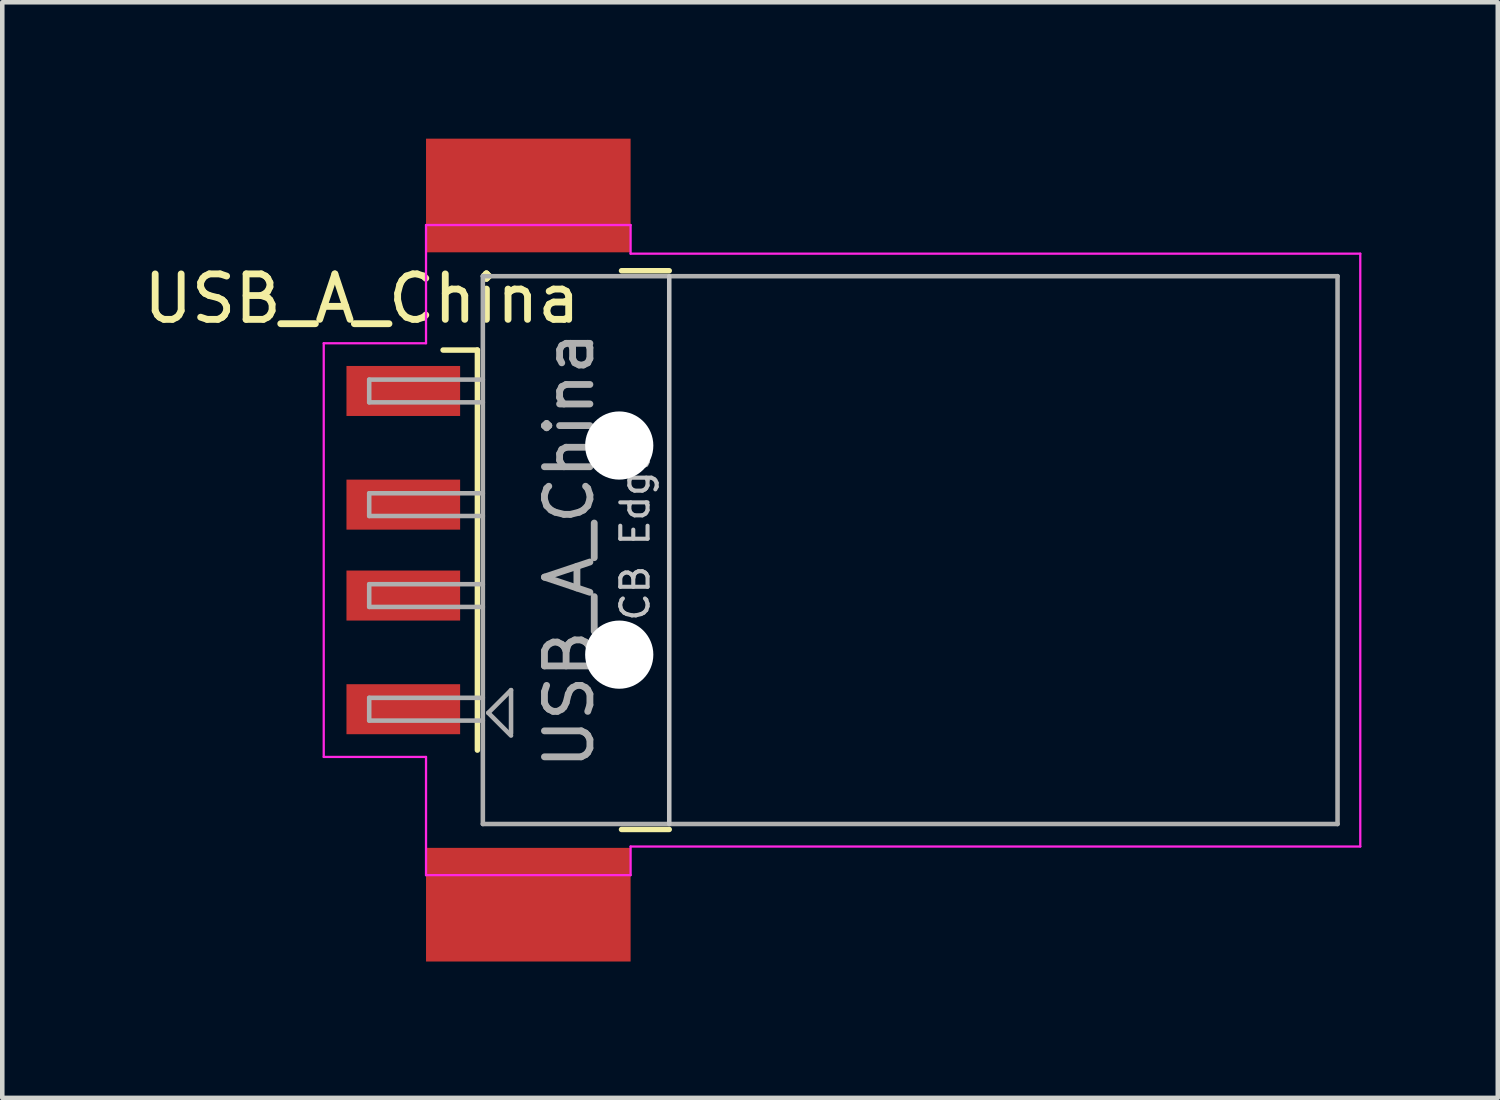
<source format=kicad_pcb>
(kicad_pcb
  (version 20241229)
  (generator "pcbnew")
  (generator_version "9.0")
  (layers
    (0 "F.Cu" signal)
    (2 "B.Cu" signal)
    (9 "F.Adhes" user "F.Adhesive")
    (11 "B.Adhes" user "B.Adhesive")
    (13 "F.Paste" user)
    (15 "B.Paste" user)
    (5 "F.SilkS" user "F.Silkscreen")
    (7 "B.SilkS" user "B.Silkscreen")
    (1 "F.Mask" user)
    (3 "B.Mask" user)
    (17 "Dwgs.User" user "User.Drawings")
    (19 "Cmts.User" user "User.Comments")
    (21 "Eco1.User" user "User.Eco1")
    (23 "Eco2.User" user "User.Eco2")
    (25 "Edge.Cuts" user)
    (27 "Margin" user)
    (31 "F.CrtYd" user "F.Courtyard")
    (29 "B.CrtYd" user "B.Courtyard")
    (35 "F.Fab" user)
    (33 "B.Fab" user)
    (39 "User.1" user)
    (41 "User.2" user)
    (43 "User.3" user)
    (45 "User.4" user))
  (footprint "USB_A_China"
    (layer "F.Cu")
    (at 15.471 9.05)
    (property "Reference" "USB_A_China" (at -10.56 -5.53 0) (layer "F.SilkS") (effects (font (size 1 1) (thickness 0.15))))
    (attr smd)
    (fp_line (start -8.02 -4.4) (end -8.775 -4.4) (stroke (width 0.12) (type solid)) (layer "F.SilkS"))
    (fp_line (start -8.02 -4.4) (end -8.02 4.4) (stroke (width 0.12) (type solid)) (layer "F.SilkS"))
    (fp_line (start -4.85 -6.145) (end -3.8 -6.145) (stroke (width 0.12) (type solid)) (layer "F.SilkS"))
    (fp_line (start -4.85 6.145) (end -3.8 6.145) (stroke (width 0.12) (type solid)) (layer "F.SilkS"))
    (fp_line (start -3.8 6.025) (end -3.8 -6.025) (stroke (width 0.1) (type solid)) (layer "Dwgs.User"))
    (fp_line (start -11.4 -4.55) (end -9.15 -4.55) (stroke (width 0.05) (type solid)) (layer "F.CrtYd"))
    (fp_line (start -11.4 4.55) (end -11.4 -4.55) (stroke (width 0.05) (type solid)) (layer "F.CrtYd"))
    (fp_line (start -11.4 4.55) (end -9.15 4.55) (stroke (width 0.05) (type solid)) (layer "F.CrtYd"))
    (fp_line (start -9.15 -7.15) (end -9.15 -4.55) (stroke (width 0.05) (type solid)) (layer "F.CrtYd"))
    (fp_line (start -9.15 -7.15) (end -4.65 -7.15) (stroke (width 0.05) (type solid)) (layer "F.CrtYd"))
    (fp_line (start -9.15 4.55) (end -9.15 7.15) (stroke (width 0.05) (type solid)) (layer "F.CrtYd"))
    (fp_line (start -9.15 7.15) (end -4.65 7.15) (stroke (width 0.05) (type solid)) (layer "F.CrtYd"))
    (fp_line (start -4.65 -6.52) (end -4.65 -7.15) (stroke (width 0.05) (type solid)) (layer "F.CrtYd"))
    (fp_line (start -4.65 -6.52) (end 11.4 -6.52) (stroke (width 0.05) (type solid)) (layer "F.CrtYd"))
    (fp_line (start -4.65 6.52) (end 11.4 6.52) (stroke (width 0.05) (type solid)) (layer "F.CrtYd"))
    (fp_line (start -4.65 7.15) (end -4.65 6.52) (stroke (width 0.05) (type solid)) (layer "F.CrtYd"))
    (fp_line (start 11.4 6.52) (end 11.4 -6.52) (stroke (width 0.05) (type solid)) (layer "F.CrtYd"))
    (fp_line (start -10.4 -3.75) (end -7.9 -3.75) (stroke (width 0.1) (type solid)) (layer "F.Fab"))
    (fp_line (start -10.4 -3.25) (end -10.4 -3.75) (stroke (width 0.1) (type solid)) (layer "F.Fab"))
    (fp_line (start -10.4 -3.25) (end -7.9 -3.25) (stroke (width 0.1) (type solid)) (layer "F.Fab"))
    (fp_line (start -10.4 -1.25) (end -7.9 -1.25) (stroke (width 0.1) (type solid)) (layer "F.Fab"))
    (fp_line (start -10.4 -0.75) (end -10.4 -1.25) (stroke (width 0.1) (type solid)) (layer "F.Fab"))
    (fp_line (start -10.4 -0.75) (end -7.9 -0.75) (stroke (width 0.1) (type solid)) (layer "F.Fab"))
    (fp_line (start -10.4 0.75) (end -7.9 0.75) (stroke (width 0.1) (type solid)) (layer "F.Fab"))
    (fp_line (start -10.4 1.25) (end -10.4 0.75) (stroke (width 0.1) (type solid)) (layer "F.Fab"))
    (fp_line (start -10.4 1.25) (end -7.9 1.25) (stroke (width 0.1) (type solid)) (layer "F.Fab"))
    (fp_line (start -10.4 3.25) (end -7.9 3.25) (stroke (width 0.1) (type solid)) (layer "F.Fab"))
    (fp_line (start -10.4 3.75) (end -10.4 3.25) (stroke (width 0.1) (type solid)) (layer "F.Fab"))
    (fp_line (start -10.4 3.75) (end -7.9 3.75) (stroke (width 0.1) (type solid)) (layer "F.Fab"))
    (fp_line (start -7.9 -6.025) (end 10.9 -6.025) (stroke (width 0.1) (type solid)) (layer "F.Fab"))
    (fp_line (start -7.9 6.025) (end -7.9 -6.025) (stroke (width 0.1) (type solid)) (layer "F.Fab"))
    (fp_line (start -7.9 6.025) (end 10.9 6.025) (stroke (width 0.1) (type solid)) (layer "F.Fab"))
    (fp_line (start -7.78 3.58) (end -7.28 3.08) (stroke (width 0.1) (type solid)) (layer "F.Fab"))
    (fp_line (start -7.78 3.58) (end -7.28 4.08) (stroke (width 0.1) (type solid)) (layer "F.Fab"))
    (fp_line (start -7.28 3.08) (end -7.28 4.03) (stroke (width 0.1) (type solid)) (layer "F.Fab"))
    (fp_line (start 10.9 6.025) (end 10.9 -6.025) (stroke (width 0.1) (type solid)) (layer "F.Fab"))
    (fp_circle (center -4.9 -2.3) (end -4.9 -2.8) (stroke (width 0.1) (type solid)) (fill no) (layer "F.Fab"))
    (fp_circle (center -4.9 2.3) (end -4.9 2.8) (stroke (width 0.1) (type solid)) (fill no) (layer "F.Fab"))
    (fp_text user "PCB Edge" (at -4.55 -0.05 90) (layer "Dwgs.User") (effects (font (size 0.6 0.6) (thickness 0.09))))
    (fp_text user "${REFERENCE}" (at -6 0 90) (layer "F.Fab") (effects (font (size 1 1) (thickness 0.15))))
    (pad "" np_thru_hole circle (at -4.9 -2.3) (size 1.5 1.5) (drill 1.5) (layers "*.Cu" "*.Mask"))
    (pad "" np_thru_hole circle (at -4.9 2.3) (size 1.5 1.5) (drill 1.5) (layers "*.Cu" "*.Mask"))
    (pad "1" smd rect (at -9.65 3.5) (size 2.5 1.1) (layers "F.Cu" "F.Mask" "F.Paste"))
    (pad "2" smd rect (at -9.65 1) (size 2.5 1.1) (layers "F.Cu" "F.Mask" "F.Paste"))
    (pad "3" smd rect (at -9.65 -1) (size 2.5 1.1) (layers "F.Cu" "F.Mask" "F.Paste"))
    (pad "4" smd rect (at -9.65 -3.5) (size 2.5 1.1) (layers "F.Cu" "F.Mask" "F.Paste"))
    (pad "5" smd rect (at -6.9 -7.8) (size 4.5 2.5) (layers "F.Cu" "F.Mask" "F.Paste"))
    (pad "5" smd rect (at -6.9 7.8) (size 4.5 2.5) (layers "F.Cu" "F.Mask" "F.Paste")))
  (gr_rect
    (start -3 -3)
    (end 29.896 21.1)
    (stroke (width 0.1) (type default))
    (fill no)
    (layer "Edge.Cuts")))
</source>
